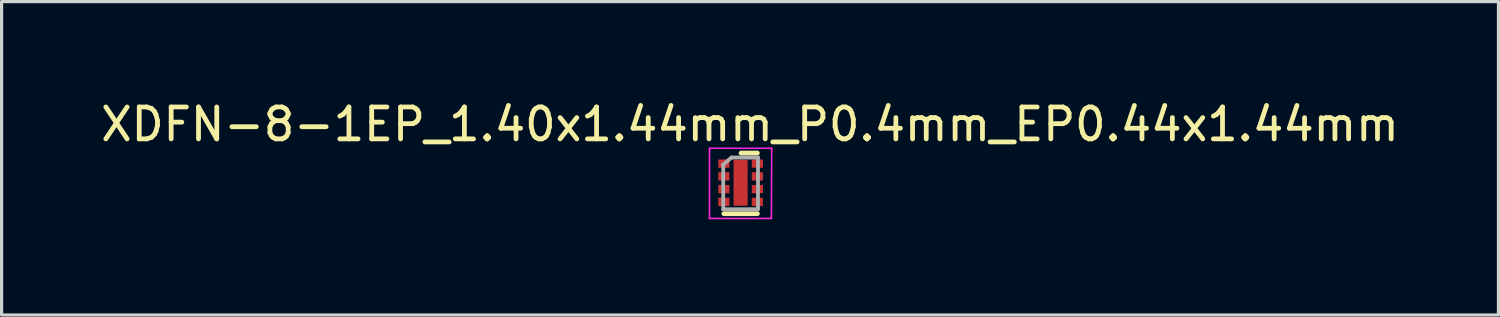
<source format=kicad_pcb>
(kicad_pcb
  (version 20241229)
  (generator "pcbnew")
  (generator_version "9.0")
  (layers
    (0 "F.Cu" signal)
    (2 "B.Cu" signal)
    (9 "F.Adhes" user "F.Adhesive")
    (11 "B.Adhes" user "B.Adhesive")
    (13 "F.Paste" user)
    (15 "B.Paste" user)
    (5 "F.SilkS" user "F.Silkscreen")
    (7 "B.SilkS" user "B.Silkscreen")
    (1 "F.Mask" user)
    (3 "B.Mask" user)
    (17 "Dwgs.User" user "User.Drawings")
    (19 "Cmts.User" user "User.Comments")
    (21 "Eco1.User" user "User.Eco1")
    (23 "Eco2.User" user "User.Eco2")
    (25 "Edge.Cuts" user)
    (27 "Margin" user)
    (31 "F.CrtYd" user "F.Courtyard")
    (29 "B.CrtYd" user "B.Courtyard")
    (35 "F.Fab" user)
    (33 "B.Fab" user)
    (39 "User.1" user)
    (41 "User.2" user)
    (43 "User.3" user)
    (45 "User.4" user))
  (footprint "XDFN-8-1EP_1.40x1.44mm_P0.4mm_EP0.44x1.44mm"
    (layer "F.Cu")
    (at 20.158 2.648)
    (property "Reference" "XDFN-8-1EP_1.40x1.44mm_P0.4mm_EP0.44x1.44mm" (at 0.3 -1.8 0) (layer "F.SilkS") (effects (font (size 1 1) (thickness 0.15))))
    (attr through_hole)
    (fp_line (start -0.52 1) (end 0.53 1) (stroke (width 0.15) (type solid)) (layer "F.SilkS"))
    (fp_line (start 0.02 -0.9) (end 0.53 -0.9) (stroke (width 0.15) (type solid)) (layer "F.SilkS"))
    (fp_line (start -0.97 -1.05) (end -0.97 1.15) (stroke (width 0.05) (type solid)) (layer "F.CrtYd"))
    (fp_line (start -0.97 1.15) (end 0.97 1.15) (stroke (width 0.05) (type solid)) (layer "F.CrtYd"))
    (fp_line (start 0.97 1.15) (end 0.98 -1.05) (stroke (width 0.05) (type solid)) (layer "F.CrtYd"))
    (fp_line (start 0.98 -1.05) (end -0.97 -1.05) (stroke (width 0.05) (type solid)) (layer "F.CrtYd"))
    (fp_line (start -0.54 -0.54) (end -0.54 0.86) (stroke (width 0.12) (type solid)) (layer "F.Fab"))
    (fp_line (start -0.54 0.86) (end 0.55 0.86) (stroke (width 0.12) (type solid)) (layer "F.Fab"))
    (fp_line (start -0.28 -0.76) (end -0.54 -0.54) (stroke (width 0.12) (type solid)) (layer "F.Fab"))
    (fp_line (start 0.55 -0.76) (end -0.28 -0.76) (stroke (width 0.12) (type solid)) (layer "F.Fab"))
    (fp_line (start 0.55 0.86) (end 0.55 -0.76) (stroke (width 0.12) (type solid)) (layer "F.Fab"))
    (pad "1" smd rect (at -0.52 -0.57) (size 0.35 0.26) (layers "F.Cu" "F.Mask" "F.Paste"))
    (pad "2" smd rect (at -0.52 -0.17) (size 0.35 0.26) (layers "F.Cu" "F.Mask" "F.Paste"))
    (pad "3" smd rect (at -0.52 0.23) (size 0.35 0.26) (layers "F.Cu" "F.Mask" "F.Paste"))
    (pad "4" smd rect (at -0.52 0.63) (size 0.35 0.26) (layers "F.Cu" "F.Mask" "F.Paste"))
    (pad "5" smd rect (at 0.53 0.63) (size 0.35 0.26) (layers "F.Cu" "F.Mask" "F.Paste"))
    (pad "6" smd rect (at 0.53 0.23) (size 0.35 0.26) (layers "F.Cu" "F.Mask" "F.Paste"))
    (pad "7" smd rect (at 0.53 -0.17) (size 0.35 0.26) (layers "F.Cu" "F.Mask" "F.Paste"))
    (pad "8" smd rect (at 0.53 -0.57) (size 0.35 0.26) (layers "F.Cu" "F.Mask" "F.Paste"))
    (pad "9" smd rect (at 0.005 0.03) (size 0.44 1.44) (layers "F.Cu" "F.Mask" "F.Paste")))
  (gr_rect
    (start -3 -3)
    (end 43.917 6.823)
    (stroke (width 0.1) (type default))
    (fill no)
    (layer "Edge.Cuts")))
</source>
